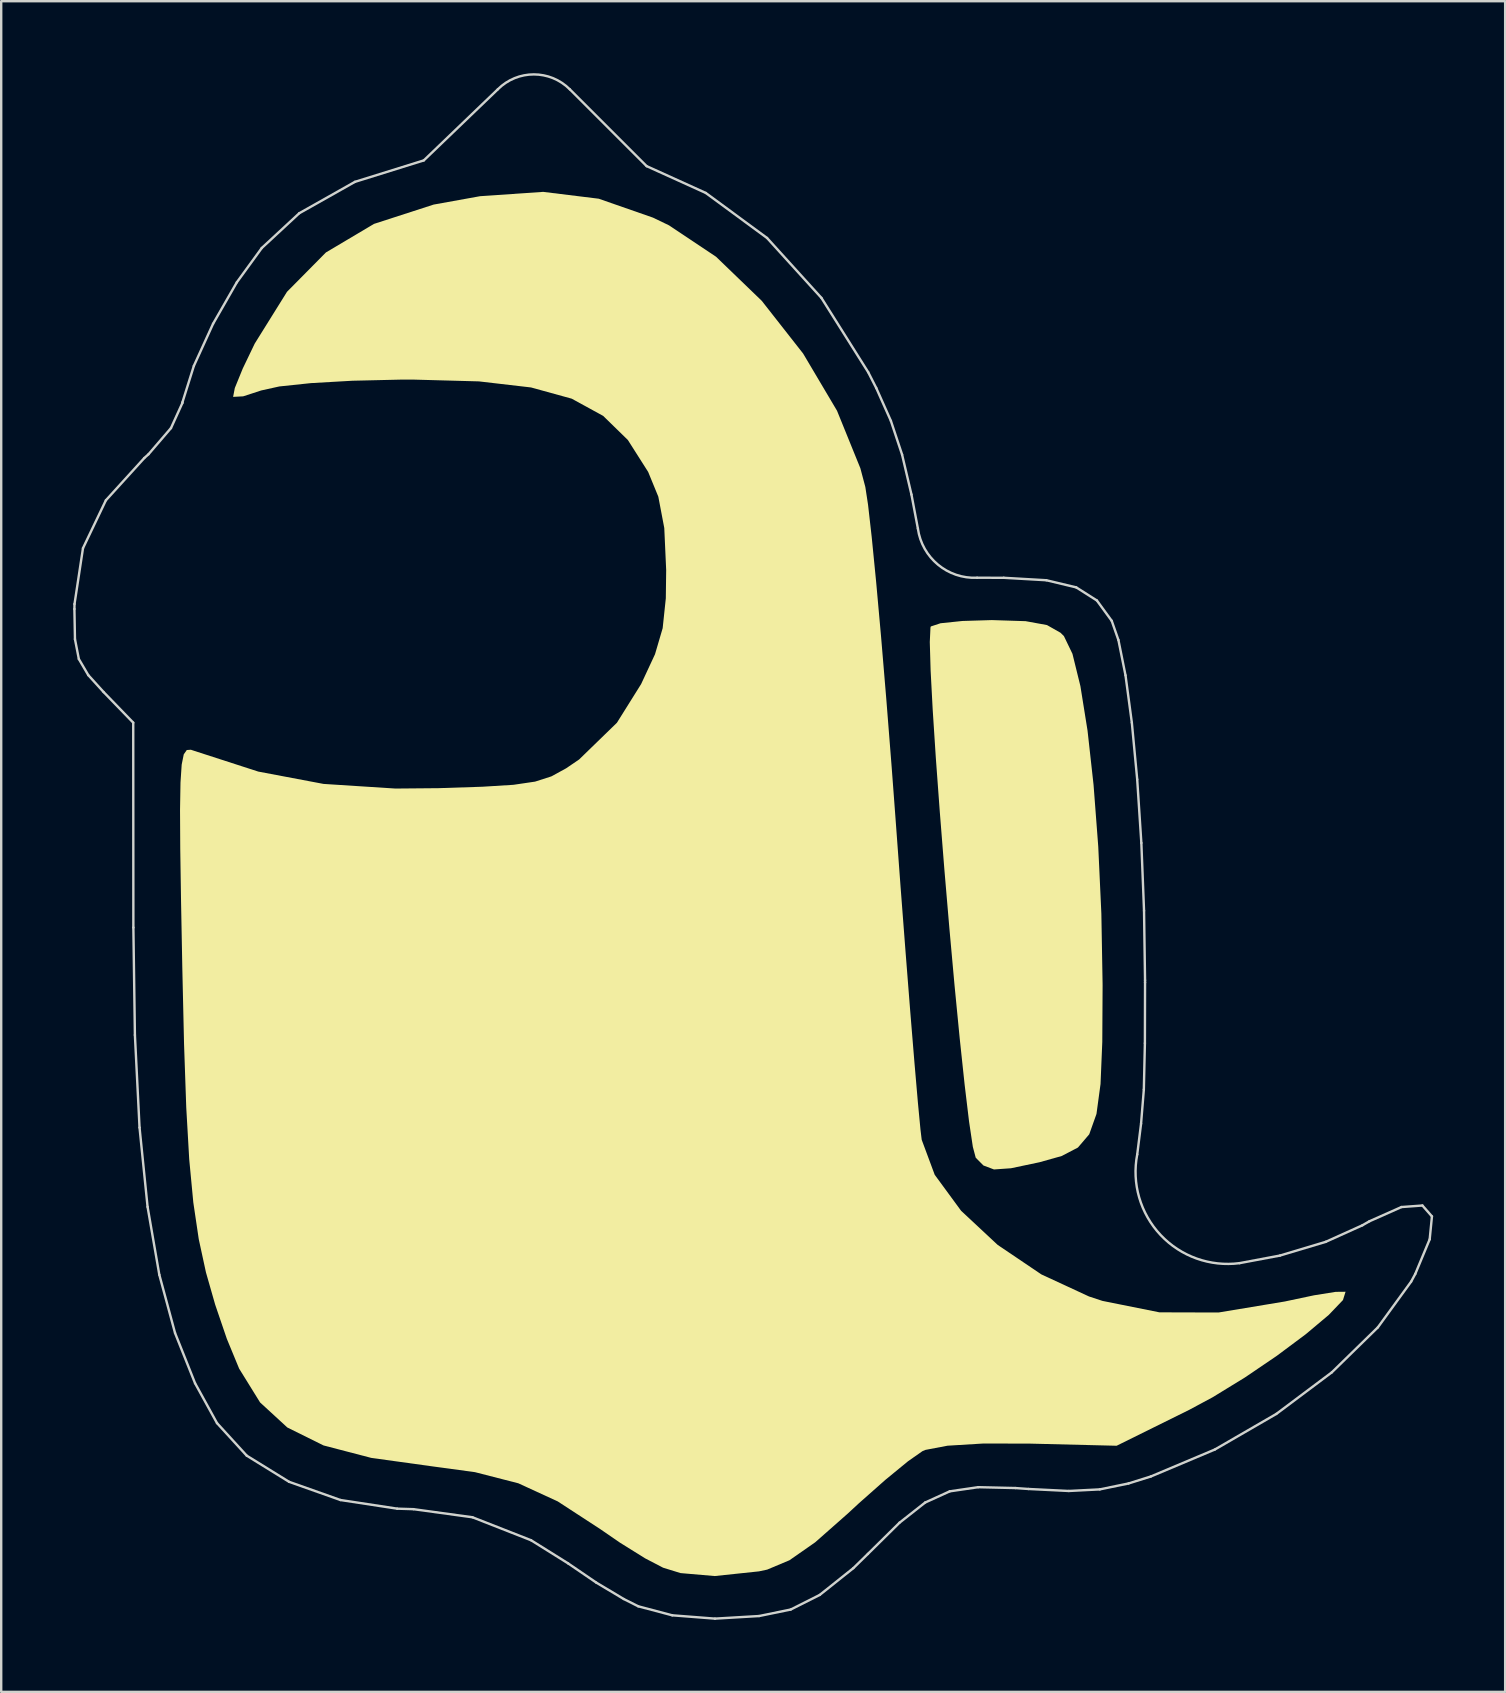
<source format=kicad_pcb>
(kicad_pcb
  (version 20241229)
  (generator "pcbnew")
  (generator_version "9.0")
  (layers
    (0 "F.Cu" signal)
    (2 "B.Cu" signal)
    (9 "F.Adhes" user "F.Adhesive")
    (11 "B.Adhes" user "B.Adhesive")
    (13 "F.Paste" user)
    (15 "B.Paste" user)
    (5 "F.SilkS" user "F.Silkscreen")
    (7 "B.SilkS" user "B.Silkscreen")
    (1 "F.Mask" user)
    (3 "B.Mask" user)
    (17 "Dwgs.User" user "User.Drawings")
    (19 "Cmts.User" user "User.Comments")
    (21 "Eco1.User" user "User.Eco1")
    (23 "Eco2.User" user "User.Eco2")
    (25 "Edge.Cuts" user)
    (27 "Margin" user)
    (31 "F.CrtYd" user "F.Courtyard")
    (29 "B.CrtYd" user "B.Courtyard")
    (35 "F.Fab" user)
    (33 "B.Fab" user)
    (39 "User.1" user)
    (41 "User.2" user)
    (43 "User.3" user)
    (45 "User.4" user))
  (footprint "ghost"
    (layer "F.Cu")
    (at 29.488 34.071)
    (property "Reference" "ghost" (at 0 0 0) (layer "F.SilkS") (effects (font (size 1.524 1.524) (thickness 0.3))))
    (attr board_only exclude_from_pos_files exclude_from_bom)
    (fp_poly (pts (xy -14.895 -19.342) (xy -12.23 -19.194) (xy -10.186 -18.867) (xy -8.689 -18.311) (xy -7.667 -17.471) (xy -7.046 -16.295) (xy -6.753 -14.729) (xy -6.703 -13.437) (xy -6.949 -11.234) (xy -7.641 -9.293) (xy -8.71 -7.733) (xy -10.086 -6.671) (xy -10.871 -6.362) (xy -12.196 -6.142) (xy -13.979 -6.045) (xy -15.982 -6.065) (xy -17.969 -6.199) (xy -19.703 -6.441) (xy -20.176 -6.543) (xy -22.283 -7.164) (xy -24.197 -7.932) (xy -25.781 -8.779) (xy -26.896 -9.634) (xy -27.31 -10.171) (xy -27.711 -11.681) (xy -27.456 -13.312) (xy -26.565 -15.001) (xy -25.064 -16.685) (xy -24.825 -16.9) (xy -23.55 -17.883) (xy -22.209 -18.588) (xy -20.665 -19.047) (xy -18.777 -19.294) (xy -16.408 -19.365)) (stroke (width 0) (type solid)) (fill yes) (layer "F.Mask"))
    (fp_poly (pts (xy -14.895 -19.342) (xy -12.23 -19.194) (xy -10.186 -18.867) (xy -8.689 -18.311) (xy -7.667 -17.471) (xy -7.046 -16.295) (xy -6.753 -14.729) (xy -6.703 -13.437) (xy -6.949 -11.234) (xy -7.641 -9.293) (xy -8.71 -7.733) (xy -10.086 -6.671) (xy -10.871 -6.362) (xy -12.196 -6.142) (xy -13.979 -6.045) (xy -15.982 -6.065) (xy -17.969 -6.199) (xy -19.703 -6.441) (xy -20.176 -6.543) (xy -22.283 -7.164) (xy -24.197 -7.932) (xy -25.781 -8.779) (xy -26.896 -9.634) (xy -27.31 -10.171) (xy -27.711 -11.681) (xy -27.456 -13.312) (xy -26.565 -15.001) (xy -25.064 -16.685) (xy -24.825 -16.9) (xy -23.55 -17.883) (xy -22.209 -18.588) (xy -20.665 -19.047) (xy -18.777 -19.294) (xy -16.408 -19.365)) (stroke (width 0) (type solid)) (fill yes) (layer "B.Mask"))
    (fp_poly (pts (xy 10.188 -11.244) (xy 11.077 -11.082) (xy 11.643 -10.761) (xy 11.784 -10.621) (xy 12.139 -9.884) (xy 12.47 -8.54) (xy 12.767 -6.688) (xy 13.018 -4.425) (xy 13.214 -1.851) (xy 13.343 0.936) (xy 13.394 3.838) (xy 13.395 3.93) (xy 13.382 6.284) (xy 13.309 8.035) (xy 13.14 9.284) (xy 12.838 10.133) (xy 12.367 10.684) (xy 11.69 11.037) (xy 10.772 11.295) (xy 10.76 11.298) (xy 9.578 11.547) (xy 8.87 11.597) (xy 8.43 11.431) (xy 8.109 11.107) (xy 7.989 10.654) (xy 7.832 9.603) (xy 7.647 8.061) (xy 7.442 6.134) (xy 7.227 3.929) (xy 7.012 1.551) (xy 6.804 -0.893) (xy 6.613 -3.296) (xy 6.447 -5.552) (xy 6.317 -7.554) (xy 6.23 -9.198) (xy 6.196 -10.375) (xy 6.224 -10.979) (xy 6.239 -11.024) (xy 6.643 -11.157) (xy 7.555 -11.252) (xy 8.778 -11.289) (xy 8.786 -11.289)) (stroke (width 0) (type solid)) (fill yes) (layer "F.SilkS"))
    (fp_poly (pts (xy -7.595 -28.843) (xy -5.336 -28.055) (xy -4.667 -27.733) (xy -2.709 -26.426) (xy -0.804 -24.589) (xy 0.919 -22.393) (xy 2.331 -20.011) (xy 3.304 -17.614) (xy 3.511 -16.833) (xy 3.624 -16.091) (xy 3.777 -14.741) (xy 3.961 -12.879) (xy 4.166 -10.599) (xy 4.384 -7.999) (xy 4.607 -5.172) (xy 4.763 -3.094) (xy 4.978 -0.183) (xy 5.188 2.557) (xy 5.383 5.032) (xy 5.557 7.149) (xy 5.701 8.816) (xy 5.808 9.938) (xy 5.859 10.36) (xy 6.401 11.819) (xy 7.5 13.318) (xy 9.024 14.74) (xy 10.844 15.969) (xy 12.828 16.888) (xy 13.391 17.073) (xy 15.76 17.549) (xy 18.224 17.556) (xy 21 17.095) (xy 21.01 17.092) (xy 22.207 16.839) (xy 23.105 16.696) (xy 23.512 16.692) (xy 23.515 16.695) (xy 23.408 17.038) (xy 22.817 17.656) (xy 21.86 18.46) (xy 20.655 19.359) (xy 19.322 20.264) (xy 17.981 21.086) (xy 17.002 21.612) (xy 13.98 23.107) (xy 10.322 23.017) (xy 8.412 23.015) (xy 6.936 23.105) (xy 6.014 23.28) (xy 5.889 23.333) (xy 5.288 23.754) (xy 4.347 24.526) (xy 3.234 25.511) (xy 2.785 25.927) (xy 1.422 27.129) (xy 0.35 27.877) (xy -0.578 28.267) (xy -0.919 28.34) (xy -2.764 28.535) (xy -4.187 28.412) (xy -4.913 28.188) (xy -5.664 27.797) (xy -6.713 27.143) (xy -7.533 26.579) (xy -9.305 25.425) (xy -10.945 24.671) (xy -12.752 24.207) (xy -14.491 23.971) (xy -17.071 23.613) (xy -19.06 23.094) (xy -20.569 22.346) (xy -21.704 21.302) (xy -22.576 19.894) (xy -23.088 18.654) (xy -23.573 17.232) (xy -23.958 15.886) (xy -24.258 14.502) (xy -24.485 12.971) (xy -24.655 11.178) (xy -24.779 9.014) (xy -24.871 6.364) (xy -24.943 3.211) (xy -24.996 0.411) (xy -25.029 -1.76) (xy -25.038 -3.38) (xy -25.019 -4.524) (xy -24.969 -5.27) (xy -24.883 -5.695) (xy -24.757 -5.876) (xy -24.587 -5.888) (xy -24.469 -5.849) (xy -21.779 -4.978) (xy -19.059 -4.464) (xy -16.064 -4.271) (xy -14.268 -4.287) (xy -12.436 -4.347) (xy -11.148 -4.427) (xy -10.246 -4.56) (xy -9.568 -4.778) (xy -8.954 -5.114) (xy -8.413 -5.482) (xy -6.839 -7.011) (xy -5.83 -8.623) (xy -5.251 -9.867) (xy -4.932 -10.953) (xy -4.801 -12.195) (xy -4.786 -13.372) (xy -4.865 -15.124) (xy -5.113 -16.429) (xy -5.537 -17.462) (xy -6.382 -18.791) (xy -7.411 -19.795) (xy -8.722 -20.513) (xy -10.415 -20.98) (xy -12.586 -21.233) (xy -15.335 -21.308) (xy -15.875 -21.306) (xy -17.858 -21.26) (xy -19.584 -21.161) (xy -20.902 -21.022) (xy -21.657 -20.855) (xy -22.409 -20.61) (xy -22.821 -20.588) (xy -22.826 -20.592) (xy -22.756 -20.957) (xy -22.426 -21.767) (xy -21.927 -22.807) (xy -20.582 -24.965) (xy -18.96 -26.605) (xy -16.958 -27.794) (xy -14.475 -28.598) (xy -12.537 -28.948) (xy -9.911 -29.128)) (stroke (width 0) (type solid)) (fill yes) (layer "F.SilkS"))
    (fp_line (start -29.438 -11.75) (end -29.415 -10.495) (stroke (width 0.1) (type solid)) (layer "Edge.Cuts"))
    (fp_line (start -29.434 -11.958) (end -29.438 -11.75) (stroke (width 0.1) (type solid)) (layer "Edge.Cuts"))
    (fp_line (start -29.415 -10.495) (end -29.254 -9.668) (stroke (width 0.1) (type solid)) (layer "Edge.Cuts"))
    (fp_line (start -29.254 -9.668) (end -28.859 -8.994) (stroke (width 0.1) (type solid)) (layer "Edge.Cuts"))
    (fp_line (start -29.081 -14.284) (end -29.434 -11.958) (stroke (width 0.1) (type solid)) (layer "Edge.Cuts"))
    (fp_line (start -28.859 -8.994) (end -28.222 -8.291) (stroke (width 0.1) (type solid)) (layer "Edge.Cuts"))
    (fp_line (start -28.222 -8.291) (end -26.988 -7.016) (stroke (width 0.1) (type solid)) (layer "Edge.Cuts"))
    (fp_line (start -28.127 -16.279) (end -29.081 -14.284) (stroke (width 0.1) (type solid)) (layer "Edge.Cuts"))
    (fp_line (start -26.988 -7.016) (end -26.982 1.519) (stroke (width 0.1) (type solid)) (layer "Edge.Cuts"))
    (fp_line (start -26.982 1.519) (end -26.918 5.997) (stroke (width 0.1) (type solid)) (layer "Edge.Cuts"))
    (fp_line (start -26.918 5.997) (end -26.725 9.852) (stroke (width 0.1) (type solid)) (layer "Edge.Cuts"))
    (fp_line (start -26.725 9.852) (end -26.39 13.157) (stroke (width 0.1) (type solid)) (layer "Edge.Cuts"))
    (fp_line (start -26.525 -18.042) (end -28.127 -16.279) (stroke (width 0.1) (type solid)) (layer "Edge.Cuts"))
    (fp_line (start -26.39 13.157) (end -25.901 15.985) (stroke (width 0.1) (type solid)) (layer "Edge.Cuts"))
    (fp_line (start -26.351 -18.198) (end -26.525 -18.042) (stroke (width 0.1) (type solid)) (layer "Edge.Cuts"))
    (fp_line (start -25.901 15.985) (end -25.246 18.41) (stroke (width 0.1) (type solid)) (layer "Edge.Cuts"))
    (fp_line (start -25.415 -19.288) (end -26.351 -18.198) (stroke (width 0.1) (type solid)) (layer "Edge.Cuts"))
    (fp_line (start -25.246 18.41) (end -24.412 20.503) (stroke (width 0.1) (type solid)) (layer "Edge.Cuts"))
    (fp_line (start -24.944 -20.324) (end -25.415 -19.288) (stroke (width 0.1) (type solid)) (layer "Edge.Cuts"))
    (fp_line (start -24.937 -20.364) (end -24.944 -20.324) (stroke (width 0.1) (type solid)) (layer "Edge.Cuts"))
    (fp_line (start -24.463 -21.876) (end -24.937 -20.364) (stroke (width 0.1) (type solid)) (layer "Edge.Cuts"))
    (fp_line (start -24.412 20.503) (end -23.498 22.164) (stroke (width 0.1) (type solid)) (layer "Edge.Cuts"))
    (fp_line (start -23.662 -23.632) (end -24.463 -21.876) (stroke (width 0.1) (type solid)) (layer "Edge.Cuts"))
    (fp_line (start -23.498 22.164) (end -22.259 23.52) (stroke (width 0.1) (type solid)) (layer "Edge.Cuts"))
    (fp_line (start -22.672 -25.36) (end -23.662 -23.632) (stroke (width 0.1) (type solid)) (layer "Edge.Cuts"))
    (fp_line (start -22.259 23.52) (end -20.494 24.61) (stroke (width 0.1) (type solid)) (layer "Edge.Cuts"))
    (fp_line (start -21.633 -26.789) (end -22.672 -25.36) (stroke (width 0.1) (type solid)) (layer "Edge.Cuts"))
    (fp_line (start -20.494 24.61) (end -18.354 25.368) (stroke (width 0.1) (type solid)) (layer "Edge.Cuts"))
    (fp_line (start -20.072 -28.237) (end -21.633 -26.789) (stroke (width 0.1) (type solid)) (layer "Edge.Cuts"))
    (fp_line (start -18.354 25.368) (end -15.991 25.728) (stroke (width 0.1) (type solid)) (layer "Edge.Cuts"))
    (fp_line (start -17.75 -29.546) (end -20.072 -28.237) (stroke (width 0.1) (type solid)) (layer "Edge.Cuts"))
    (fp_line (start -15.991 25.728) (end -15.314 25.749) (stroke (width 0.1) (type solid)) (layer "Edge.Cuts"))
    (fp_line (start -15.314 25.749) (end -12.854 26.087) (stroke (width 0.1) (type solid)) (layer "Edge.Cuts"))
    (fp_line (start -14.883 -30.439) (end -17.75 -29.546) (stroke (width 0.1) (type solid)) (layer "Edge.Cuts"))
    (fp_line (start -14.883 -30.439) (end -11.8 -33.4) (stroke (width 0.1) (type solid)) (layer "Edge.Cuts"))
    (fp_line (start -12.854 26.087) (end -10.414 27.044) (stroke (width 0.1) (type solid)) (layer "Edge.Cuts"))
    (fp_line (start -10.414 27.044) (end -8.871 28.008) (stroke (width 0.1) (type solid)) (layer "Edge.Cuts"))
    (fp_line (start -8.871 28.008) (end -7.704 28.804) (stroke (width 0.1) (type solid)) (layer "Edge.Cuts"))
    (fp_line (start -7.704 28.804) (end -6.555 29.491) (stroke (width 0.1) (type solid)) (layer "Edge.Cuts"))
    (fp_line (start -6.555 29.491) (end -5.951 29.795) (stroke (width 0.1) (type solid)) (layer "Edge.Cuts"))
    (fp_line (start -5.951 29.795) (end -4.532 30.171) (stroke (width 0.1) (type solid)) (layer "Edge.Cuts"))
    (fp_line (start -5.6 -30.2) (end -8.8 -33.4) (stroke (width 0.1) (type solid)) (layer "Edge.Cuts"))
    (fp_line (start -4.532 30.171) (end -2.753 30.309) (stroke (width 0.1) (type solid)) (layer "Edge.Cuts"))
    (fp_line (start -3.136 -29.083) (end -5.6 -30.2) (stroke (width 0.1) (type solid)) (layer "Edge.Cuts"))
    (fp_line (start -2.753 30.309) (end -0.916 30.201) (stroke (width 0.1) (type solid)) (layer "Edge.Cuts"))
    (fp_line (start -0.916 30.201) (end 0.402 29.93) (stroke (width 0.1) (type solid)) (layer "Edge.Cuts"))
    (fp_line (start -0.583 -27.206) (end -3.136 -29.083) (stroke (width 0.1) (type solid)) (layer "Edge.Cuts"))
    (fp_line (start 0.402 29.93) (end 1.612 29.321) (stroke (width 0.1) (type solid)) (layer "Edge.Cuts"))
    (fp_line (start 1.612 29.321) (end 3.011 28.206) (stroke (width 0.1) (type solid)) (layer "Edge.Cuts"))
    (fp_line (start 1.681 -24.711) (end -0.583 -27.206) (stroke (width 0.1) (type solid)) (layer "Edge.Cuts"))
    (fp_line (start 3.011 28.206) (end 3.617 27.613) (stroke (width 0.1) (type solid)) (layer "Edge.Cuts"))
    (fp_line (start 3.617 27.613) (end 4.935 26.313) (stroke (width 0.1) (type solid)) (layer "Edge.Cuts"))
    (fp_line (start 3.63 -21.615) (end 1.681 -24.711) (stroke (width 0.1) (type solid)) (layer "Edge.Cuts"))
    (fp_line (start 3.966 -20.956) (end 3.63 -21.615) (stroke (width 0.1) (type solid)) (layer "Edge.Cuts"))
    (fp_line (start 4.575 -19.589) (end 3.966 -20.956) (stroke (width 0.1) (type solid)) (layer "Edge.Cuts"))
    (fp_line (start 4.935 26.313) (end 6.003 25.472) (stroke (width 0.1) (type solid)) (layer "Edge.Cuts"))
    (fp_line (start 5.041 -18.184) (end 4.575 -19.589) (stroke (width 0.1) (type solid)) (layer "Edge.Cuts"))
    (fp_line (start 5.432 -16.52) (end 5.041 -18.184) (stroke (width 0.1) (type solid)) (layer "Edge.Cuts"))
    (fp_line (start 5.7 -15.1) (end 5.432 -16.52) (stroke (width 0.1) (type solid)) (layer "Edge.Cuts"))
    (fp_line (start 6.003 25.472) (end 7.027 25.006) (stroke (width 0.1) (type solid)) (layer "Edge.Cuts"))
    (fp_line (start 7.027 25.006) (end 8.212 24.833) (stroke (width 0.1) (type solid)) (layer "Edge.Cuts"))
    (fp_line (start 8.212 24.833) (end 9.76 24.869) (stroke (width 0.1) (type solid)) (layer "Edge.Cuts"))
    (fp_line (start 9.277 -13.051) (end 8.167 -13.053) (stroke (width 0.1) (type solid)) (layer "Edge.Cuts"))
    (fp_line (start 9.76 24.869) (end 10.307 24.908) (stroke (width 0.1) (type solid)) (layer "Edge.Cuts"))
    (fp_line (start 10.307 24.908) (end 11.988 24.991) (stroke (width 0.1) (type solid)) (layer "Edge.Cuts"))
    (fp_line (start 11.051 -12.949) (end 9.277 -13.051) (stroke (width 0.1) (type solid)) (layer "Edge.Cuts"))
    (fp_line (start 11.988 24.991) (end 13.277 24.925) (stroke (width 0.1) (type solid)) (layer "Edge.Cuts"))
    (fp_line (start 12.297 -12.651) (end 11.051 -12.949) (stroke (width 0.1) (type solid)) (layer "Edge.Cuts"))
    (fp_line (start 13.157 -12.105) (end 12.297 -12.651) (stroke (width 0.1) (type solid)) (layer "Edge.Cuts"))
    (fp_line (start 13.277 24.925) (end 14.475 24.678) (stroke (width 0.1) (type solid)) (layer "Edge.Cuts"))
    (fp_line (start 13.775 -11.258) (end 13.157 -12.105) (stroke (width 0.1) (type solid)) (layer "Edge.Cuts"))
    (fp_line (start 14.054 -10.458) (end 13.775 -11.258) (stroke (width 0.1) (type solid)) (layer "Edge.Cuts"))
    (fp_line (start 14.349 -8.988) (end 14.054 -10.458) (stroke (width 0.1) (type solid)) (layer "Edge.Cuts"))
    (fp_line (start 14.475 24.678) (end 15.405 24.387) (stroke (width 0.1) (type solid)) (layer "Edge.Cuts"))
    (fp_line (start 14.613 -7.016) (end 14.349 -8.988) (stroke (width 0.1) (type solid)) (layer "Edge.Cuts"))
    (fp_line (start 14.836 -4.652) (end 14.613 -7.016) (stroke (width 0.1) (type solid)) (layer "Edge.Cuts"))
    (fp_line (start 14.837 10.972) (end 14.997 9.692) (stroke (width 0.1) (type solid)) (layer "Edge.Cuts"))
    (fp_line (start 14.997 9.692) (end 15.113 8.264) (stroke (width 0.1) (type solid)) (layer "Edge.Cuts"))
    (fp_line (start 15.009 -2.004) (end 14.836 -4.652) (stroke (width 0.1) (type solid)) (layer "Edge.Cuts"))
    (fp_line (start 15.113 8.264) (end 15.157 6.336) (stroke (width 0.1) (type solid)) (layer "Edge.Cuts"))
    (fp_line (start 15.121 0.821) (end 15.009 -2.004) (stroke (width 0.1) (type solid)) (layer "Edge.Cuts"))
    (fp_line (start 15.157 6.336) (end 15.163 3.808) (stroke (width 0.1) (type solid)) (layer "Edge.Cuts"))
    (fp_line (start 15.163 3.714) (end 15.121 0.821) (stroke (width 0.1) (type solid)) (layer "Edge.Cuts"))
    (fp_line (start 15.163 3.808) (end 15.163 3.714) (stroke (width 0.1) (type solid)) (layer "Edge.Cuts"))
    (fp_line (start 15.405 24.387) (end 18.073 23.263) (stroke (width 0.1) (type solid)) (layer "Edge.Cuts"))
    (fp_line (start 18.073 23.263) (end 20.633 21.781) (stroke (width 0.1) (type solid)) (layer "Edge.Cuts"))
    (fp_line (start 20.633 21.781) (end 22.944 20.049) (stroke (width 0.1) (type solid)) (layer "Edge.Cuts"))
    (fp_line (start 20.783 15.184) (end 19.1 15.5) (stroke (width 0.1) (type solid)) (layer "Edge.Cuts"))
    (fp_line (start 22.691 14.612) (end 20.783 15.184) (stroke (width 0.1) (type solid)) (layer "Edge.Cuts"))
    (fp_line (start 22.944 20.049) (end 24.862 18.175) (stroke (width 0.1) (type solid)) (layer "Edge.Cuts"))
    (fp_line (start 24.216 13.924) (end 22.691 14.612) (stroke (width 0.1) (type solid)) (layer "Edge.Cuts"))
    (fp_line (start 24.508 13.757) (end 24.216 13.924) (stroke (width 0.1) (type solid)) (layer "Edge.Cuts"))
    (fp_line (start 24.862 18.175) (end 26.248 16.27) (stroke (width 0.1) (type solid)) (layer "Edge.Cuts"))
    (fp_line (start 25.844 13.163) (end 24.508 13.757) (stroke (width 0.1) (type solid)) (layer "Edge.Cuts"))
    (fp_line (start 26.248 16.27) (end 26.42 15.951) (stroke (width 0.1) (type solid)) (layer "Edge.Cuts"))
    (fp_line (start 26.42 15.951) (end 27.021 14.507) (stroke (width 0.1) (type solid)) (layer "Edge.Cuts"))
    (fp_line (start 26.718 13.099) (end 25.844 13.163) (stroke (width 0.1) (type solid)) (layer "Edge.Cuts"))
    (fp_line (start 27.021 14.507) (end 27.115 13.552) (stroke (width 0.1) (type solid)) (layer "Edge.Cuts"))
    (fp_line (start 27.115 13.552) (end 26.718 13.099) (stroke (width 0.1) (type solid)) (layer "Edge.Cuts"))
    (fp_arc (start -11.8 -33.4) (mid -10.3 -34.02132) (end -8.8 -33.4) (stroke (width 0.1) (type solid)) (layer "Edge.Cuts"))
    (fp_arc (start 8.166661 -13.052777) (mid 6.536812 -13.59863) (end 5.7 -15.1) (stroke (width 0.1) (type solid)) (layer "Edge.Cuts"))
    (fp_arc (start 19.1 15.499999) (mid 15.809915 14.326569) (end 14.83708 10.971693) (stroke (width 0.1) (type solid)) (layer "Edge.Cuts")))
  (gr_rect
    (start -3 -3)
    (end 59.653 67.43)
    (stroke (width 0.1) (type default))
    (fill no)
    (layer "Edge.Cuts")))
</source>
